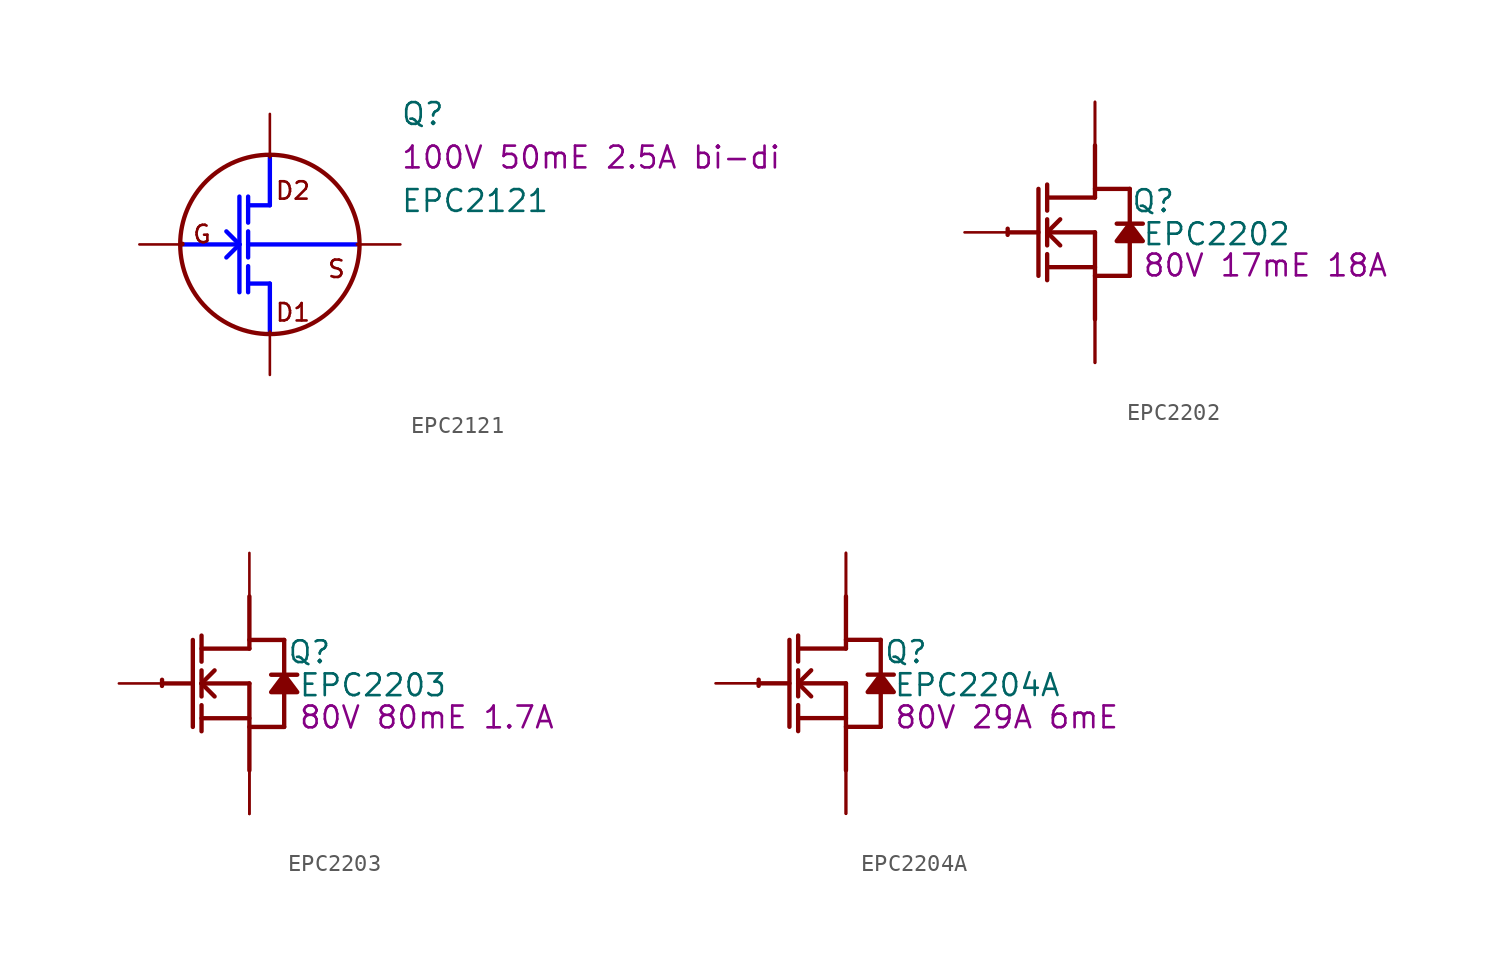
<source format=kicad_sym>
(kicad_symbol_lib
  (version 20231120)
  (generator "kicad_symbol_editor")
  (generator_version "8.0")
  (symbol "EPC2121"
    (property "Reference" "Q"
      (at 7.62 7.62 0)
      (effects (font (size 1.27 1.27)) (justify left)))
    (property "Value" "EPC2121"
      (at 7.62 2.54 0)
      (effects (font (size 1.27 1.27)) (justify left)))
    (property "Description" "100V 50mE 2.5A bi-di"
      (at 7.62 5.08 0)
      (effects (font (size 1.27 1.27)) (justify left)))
    (symbol "EPC2121_1_0"
      (arc (start -5.1039 0.0353) (mid -5.104 0.0275) (end -5.104 0.0197) (stroke (width 0.254) (type solid)) (fill (type none)))
      (polyline (pts (xy -5.08 0) (xy -1.778 0)) (stroke (width 0.254) (type solid) (color 0 0 255 1)) (fill (type none)))
      (polyline (pts (xy -1.778 0) (xy -2.54 -0.762)) (stroke (width 0.254) (type solid) (color 0 0 255 1)) (fill (type none)))
      (polyline (pts (xy -1.778 0) (xy -2.54 0.762)) (stroke (width 0.254) (type solid) (color 0 0 255 1)) (fill (type none)))
      (polyline (pts (xy -1.778 2.794) (xy -1.778 -2.794)) (stroke (width 0.254) (type solid) (color 0 0 255 1)) (fill (type none)))
      (polyline (pts (xy -1.27 -2.794) (xy -1.27 -1.27)) (stroke (width 0.254) (type solid) (color 0 0 255 1)) (fill (type none)))
      (polyline (pts (xy -1.27 -2.286) (xy 0 -2.286)) (stroke (width 0.254) (type solid) (color 0 0 255 1)) (fill (type none)))
      (polyline (pts (xy -1.27 0) (xy 5.08 0)) (stroke (width 0.254) (type solid) (color 0 0 255 1)) (fill (type none)))
      (polyline (pts (xy -1.27 0.762) (xy -1.27 -0.762)) (stroke (width 0.254) (type solid) (color 0 0 255 1)) (fill (type none)))
      (polyline (pts (xy -1.27 2.286) (xy 0 2.286)) (stroke (width 0.254) (type solid) (color 0 0 255 1)) (fill (type none)))
      (polyline (pts (xy -1.27 2.794) (xy -1.27 1.27)) (stroke (width 0.254) (type solid) (color 0 0 255 1)) (fill (type none)))
      (polyline (pts (xy 0 -2.286) (xy 0 -5.08)) (stroke (width 0.254) (type solid) (color 0 0 255 1)) (fill (type none)))
      (polyline (pts (xy 0 5.08) (xy 0 2.286)) (stroke (width 0.254) (type solid) (color 0 0 255 1)) (fill (type none)))
      (text "D1" (at 0.254 -4.572 0) (effects (font (size 1.016 1.016)) (justify left bottom)))
      (text "D2" (at 0.254 2.54 0) (effects (font (size 1.016 1.016)) (justify left bottom)))
      (text "G" (at -4.572 0 0) (effects (font (size 1.016 1.016)) (justify left bottom)))
      (text "S" (at 3.302 -2.032 0) (effects (font (size 1.016 1.016)) (justify left bottom)))
      (pin passive line (at -7.62 0 0) (length 2.54) (name "G" (effects (font (size 0 0)))) (number "1" (effects (font (size 0 0)))))
      (pin passive line (at 7.62 0 180) (length 2.54) (name "S" (effects (font (size 0 0)))) (number "2" (effects (font (size 0 0)))))
      (pin passive line (at 0 7.62 270) (length 2.54) (name "D2" (effects (font (size 0 0)))) (number "3" (effects (font (size 0 0)))))
      (pin passive line (at 0 -7.62 90) (length 2.54) (name "D1" (effects (font (size 0 0)))) (number "4" (effects (font (size 0 0))))))
    (symbol "EPC2121_1_1"
      (circle (center 0 0) (radius 5.236) (stroke (width 0.254) (type default)) (fill (type none)))))
  (symbol "EPC2202"
    (property "Reference" "Q"
      (at 3.404 1.829 0)
      (effects (font (size 1.27 1.27))))
    (property "Value" "EPC2202"
      (at 7.112 -0.102 0)
      (effects (font (size 1.27 1.27))))
    (property "Description" "80V 17mE 18A"
      (at 9.957 -1.93 0)
      (effects (font (size 1.27 1.27))))
    (symbol "EPC2202_1_0"
      (arc (start -5.0996 0.2128) (mid -5.1039 0.0331) (end -5.1019 -0.1467) (stroke (width 0.254) (type solid)) (fill (type none)))
      (polyline (pts (xy -5.08 0) (xy -3.302 0)) (stroke (width 0.254) (type solid)) (fill (type none)))
      (polyline (pts (xy -3.302 2.54) (xy -3.302 -2.54)) (stroke (width 0.254) (type solid)) (fill (type none)))
      (polyline (pts (xy -2.794 -2.794) (xy -2.794 -1.27)) (stroke (width 0.254) (type solid)) (fill (type none)))
      (polyline (pts (xy -2.794 -2.032) (xy 0 -2.032)) (stroke (width 0.254) (type solid)) (fill (type none)))
      (polyline (pts (xy -2.794 -0.762) (xy -2.794 0.762)) (stroke (width 0.254) (type solid)) (fill (type none)))
      (polyline (pts (xy -2.794 0) (xy -2.032 0.762)) (stroke (width 0.254) (type solid)) (fill (type none)))
      (polyline (pts (xy -2.794 0) (xy 0 0)) (stroke (width 0.254) (type solid)) (fill (type none)))
      (polyline (pts (xy -2.794 1.27) (xy -2.794 2.794)) (stroke (width 0.254) (type solid)) (fill (type none)))
      (polyline (pts (xy -2.032 -0.762) (xy -2.794 0)) (stroke (width 0.254) (type solid)) (fill (type none)))
      (polyline (pts (xy 0 -2.54) (xy 2.032 -2.54)) (stroke (width 0.254) (type solid)) (fill (type none)))
      (polyline (pts (xy 0 0) (xy 0 -5.08)) (stroke (width 0.254) (type solid)) (fill (type none)))
      (polyline (pts (xy 0 2.032) (xy -2.794 2.032)) (stroke (width 0.254) (type solid)) (fill (type none)))
      (polyline (pts (xy 0 2.032) (xy 0 5.08)) (stroke (width 0.254) (type solid)) (fill (type none)))
      (polyline (pts (xy 0 2.54) (xy 2.032 2.54)) (stroke (width 0.254) (type solid)) (fill (type none)))
      (polyline (pts (xy 2.032 -0.508) (xy 2.032 -2.54)) (stroke (width 0.254) (type solid)) (fill (type none)))
      (polyline (pts (xy 2.032 2.54) (xy 2.032 0.508)) (stroke (width 0.254) (type solid)) (fill (type none)))
      (polyline (pts (xy 2.794 0.508) (xy 1.27 0.508)) (stroke (width 0.254) (type solid)) (fill (type none)))
      (polyline (pts (xy 2.032 0.508) (xy 1.27 -0.508) (xy 2.794 -0.508) (xy 2.032 0.508)) (stroke (width 0.254) (type solid)) (fill (type outline)))
      (pin passive line (at -7.62 0 0) (length 2.54) (name "G" (effects (font (size 0 0)))) (number "1" (effects (font (size 0 0)))))
      (pin open_emitter line (at 0 -7.62 90) (length 2.54) (name "Sub" (effects (font (size 0 0)))) (number "2" (effects (font (size 0 0)))))
      (pin open_collector line (at 0 7.62 270) (length 2.54) (name "D1" (effects (font (size 0 0)))) (number "3" (effects (font (size 0 0)))))
      (pin open_emitter line (at 0 -7.62 90) (length 2.54) (name "SP1" (effects (font (size 0 0)))) (number "4" (effects (font (size 0 0)))))
      (pin open_collector line (at 0 7.62 270) (length 2.54) (name "D2" (effects (font (size 0 0)))) (number "5" (effects (font (size 0 0)))))
      (pin open_emitter line (at 0 -7.62 90) (length 2.54) (name "SP2" (effects (font (size 0 0)))) (number "6" (effects (font (size 0 0)))))))
  (symbol "EPC2203"
    (property "Reference" "Q"
      (at 3.505 1.829 0)
      (effects (font (size 1.27 1.27))))
    (property "Value" "EPC2203"
      (at 7.214 -0.102 0)
      (effects (font (size 1.27 1.27))))
    (property "Description" "80V 80mE 1.7A"
      (at 10.363 -1.981 0)
      (effects (font (size 1.27 1.27))))
    (symbol "EPC2203_1_0"
      (arc (start -5.0996 0.2128) (mid -5.1039 0.0331) (end -5.1019 -0.1467) (stroke (width 0.254) (type solid)) (fill (type none)))
      (polyline (pts (xy -5.08 0) (xy -3.302 0)) (stroke (width 0.254) (type solid)) (fill (type none)))
      (polyline (pts (xy -3.302 2.54) (xy -3.302 -2.54)) (stroke (width 0.254) (type solid)) (fill (type none)))
      (polyline (pts (xy -2.794 -2.794) (xy -2.794 -1.27)) (stroke (width 0.254) (type solid)) (fill (type none)))
      (polyline (pts (xy -2.794 -2.032) (xy 0 -2.032)) (stroke (width 0.254) (type solid)) (fill (type none)))
      (polyline (pts (xy -2.794 -0.762) (xy -2.794 0.762)) (stroke (width 0.254) (type solid)) (fill (type none)))
      (polyline (pts (xy -2.794 0) (xy -2.032 0.762)) (stroke (width 0.254) (type solid)) (fill (type none)))
      (polyline (pts (xy -2.794 0) (xy 0 0)) (stroke (width 0.254) (type solid)) (fill (type none)))
      (polyline (pts (xy -2.794 1.27) (xy -2.794 2.794)) (stroke (width 0.254) (type solid)) (fill (type none)))
      (polyline (pts (xy -2.032 -0.762) (xy -2.794 0)) (stroke (width 0.254) (type solid)) (fill (type none)))
      (polyline (pts (xy 0 -2.54) (xy 2.032 -2.54)) (stroke (width 0.254) (type solid)) (fill (type none)))
      (polyline (pts (xy 0 0) (xy 0 -5.08)) (stroke (width 0.254) (type solid)) (fill (type none)))
      (polyline (pts (xy 0 2.032) (xy -2.794 2.032)) (stroke (width 0.254) (type solid)) (fill (type none)))
      (polyline (pts (xy 0 2.032) (xy 0 5.08)) (stroke (width 0.254) (type solid)) (fill (type none)))
      (polyline (pts (xy 0 2.54) (xy 2.032 2.54)) (stroke (width 0.254) (type solid)) (fill (type none)))
      (polyline (pts (xy 2.032 -0.508) (xy 2.032 -2.54)) (stroke (width 0.254) (type solid)) (fill (type none)))
      (polyline (pts (xy 2.032 2.54) (xy 2.032 0.508)) (stroke (width 0.254) (type solid)) (fill (type none)))
      (polyline (pts (xy 2.794 0.508) (xy 1.27 0.508)) (stroke (width 0.254) (type solid)) (fill (type none)))
      (polyline (pts (xy 2.032 0.508) (xy 1.27 -0.508) (xy 2.794 -0.508) (xy 2.032 0.508)) (stroke (width 0.254) (type solid)) (fill (type outline)))
      (pin passive line (at -7.62 0 0) (length 2.54) (name "G" (effects (font (size 0 0)))) (number "1" (effects (font (size 0 0)))))
      (pin open_emitter line (at 0 -7.62 90) (length 2.54) (name "S1" (effects (font (size 0 0)))) (number "2" (effects (font (size 0 0)))))
      (pin open_collector line (at 0 7.62 270) (length 2.54) (name "D1" (effects (font (size 0 0)))) (number "3" (effects (font (size 0 0)))))
      (pin open_emitter line (at 0 -7.62 90) (length 2.54) (name "S2" (effects (font (size 0 0)))) (number "4" (effects (font (size 0 0)))))))
  (symbol "EPC2204A"
    (property "Reference" "Q"
      (at 3.505 1.829 0)
      (effects (font (size 1.27 1.27))))
    (property "Value" "EPC2204A"
      (at 7.671 -0.102 0)
      (effects (font (size 1.27 1.27))))
    (property "Description" "80V 29A 6mE"
      (at 9.398 -1.981 0)
      (effects (font (size 1.27 1.27))))
    (symbol "EPC2204A_1_0"
      (arc (start -5.0996 0.2128) (mid -5.1039 0.0331) (end -5.1019 -0.1467) (stroke (width 0.254) (type solid)) (fill (type none)))
      (polyline (pts (xy -5.08 0) (xy -3.302 0)) (stroke (width 0.254) (type solid)) (fill (type none)))
      (polyline (pts (xy -3.302 2.54) (xy -3.302 -2.54)) (stroke (width 0.254) (type solid)) (fill (type none)))
      (polyline (pts (xy -2.794 -2.794) (xy -2.794 -1.27)) (stroke (width 0.254) (type solid)) (fill (type none)))
      (polyline (pts (xy -2.794 -2.032) (xy 0 -2.032)) (stroke (width 0.254) (type solid)) (fill (type none)))
      (polyline (pts (xy -2.794 -0.762) (xy -2.794 0.762)) (stroke (width 0.254) (type solid)) (fill (type none)))
      (polyline (pts (xy -2.794 0) (xy -2.032 0.762)) (stroke (width 0.254) (type solid)) (fill (type none)))
      (polyline (pts (xy -2.794 0) (xy 0 0)) (stroke (width 0.254) (type solid)) (fill (type none)))
      (polyline (pts (xy -2.794 1.27) (xy -2.794 2.794)) (stroke (width 0.254) (type solid)) (fill (type none)))
      (polyline (pts (xy -2.032 -0.762) (xy -2.794 0)) (stroke (width 0.254) (type solid)) (fill (type none)))
      (polyline (pts (xy 0 -2.54) (xy 2.032 -2.54)) (stroke (width 0.254) (type solid)) (fill (type none)))
      (polyline (pts (xy 0 0) (xy 0 -5.08)) (stroke (width 0.254) (type solid)) (fill (type none)))
      (polyline (pts (xy 0 2.032) (xy -2.794 2.032)) (stroke (width 0.254) (type solid)) (fill (type none)))
      (polyline (pts (xy 0 2.032) (xy 0 5.08)) (stroke (width 0.254) (type solid)) (fill (type none)))
      (polyline (pts (xy 0 2.54) (xy 2.032 2.54)) (stroke (width 0.254) (type solid)) (fill (type none)))
      (polyline (pts (xy 2.032 -0.508) (xy 2.032 -2.54)) (stroke (width 0.254) (type solid)) (fill (type none)))
      (polyline (pts (xy 2.032 2.54) (xy 2.032 0.508)) (stroke (width 0.254) (type solid)) (fill (type none)))
      (polyline (pts (xy 2.794 0.508) (xy 1.27 0.508)) (stroke (width 0.254) (type solid)) (fill (type none)))
      (polyline (pts (xy 2.032 0.508) (xy 1.27 -0.508) (xy 2.794 -0.508) (xy 2.032 0.508)) (stroke (width 0.254) (type solid)) (fill (type outline)))
      (pin passive line (at -7.62 0 0) (length 2.54) (name "G" (effects (font (size 0 0)))) (number "1" (effects (font (size 0 0)))))
      (pin open_emitter line (at 0 -7.62 90) (length 2.54) (name "S" (effects (font (size 0 0)))) (number "2" (effects (font (size 0 0)))))
      (pin open_collector line (at 0 7.62 270) (length 2.54) (name "D" (effects (font (size 0 0)))) (number "3" (effects (font (size 0 0)))))
      (pin open_emitter line (at 0 -7.62 90) (length 2.54) (name "S" (effects (font (size 0 0)))) (number "4" (effects (font (size 0 0)))))
      (pin open_collector line (at 0 7.62 270) (length 2.54) (name "D" (effects (font (size 0 0)))) (number "5" (effects (font (size 0 0)))))
      (pin open_emitter line (at 0 -7.62 90) (length 2.54) (name "S" (effects (font (size 0 0)))) (number "6" (effects (font (size 0 0))))))))
</source>
